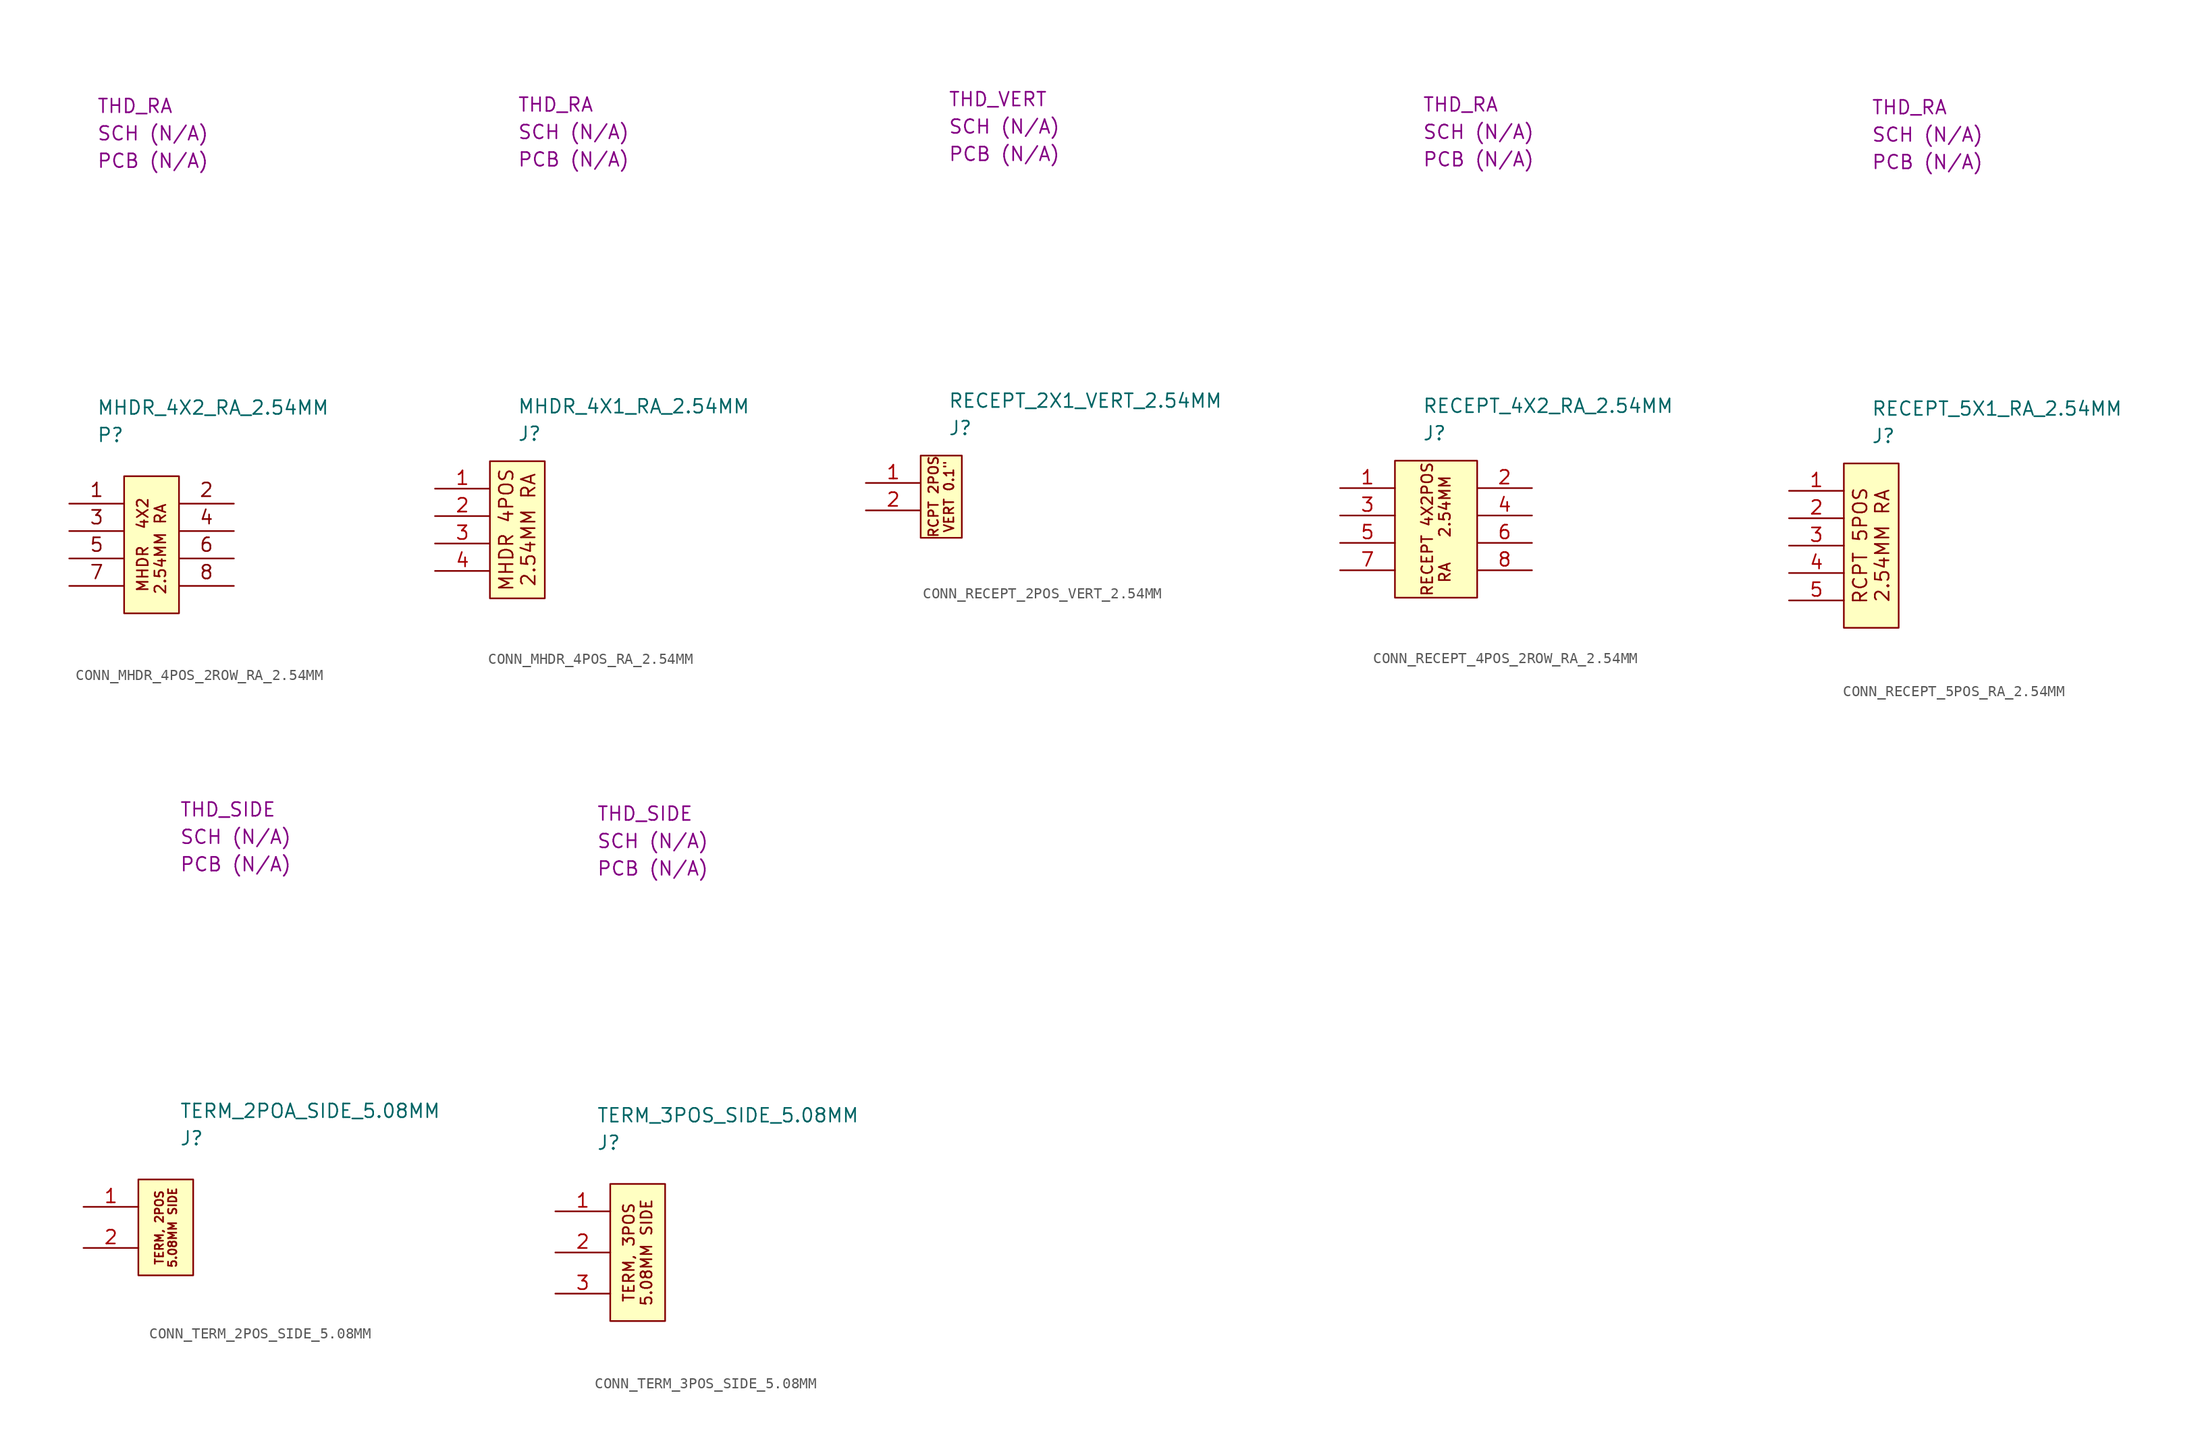
<source format=kicad_sym>
(kicad_symbol_lib
  (version 20220914)
  (generator kicad_symbol_editor)
  (symbol "CONN_MHDR_4POS_2ROW_RA_2.54MM"
    (property "Reference" "P"
      (at 2.54 3.81 0)
      (effects (font (size 1.27 1.27)) (justify left)))
    (property "Value" "MHDR_4X2_RA_2.54MM"
      (at 2.54 6.35 0)
      (effects (font (size 1.27 1.27)) (justify left)))
    (property "SCH CHECK" "SCH (N/A)"
      (at 2.54 31.75 0)
      (effects (font (size 1.27 1.27)) (justify left)))
    (property "Package" "THD_RA"
      (at 2.54 34.29 0)
      (effects (font (size 1.27 1.27)) (justify left)))
    (property "PCB CHECk" "PCB (N/A)"
      (at 2.54 29.21 0)
      (effects (font (size 1.27 1.27)) (justify left)))
    (symbol "CONN_MHDR_4POS_2ROW_RA_2.54MM_0_1"
      (polyline (pts (xy 0 -10.16) (xy 5.08 -10.16)) (stroke (width 0) (type default)) (fill (type none)))
      (polyline (pts (xy 0 -7.62) (xy 5.08 -7.62)) (stroke (width 0) (type default)) (fill (type none)))
      (polyline (pts (xy 0 -5.08) (xy 5.08 -5.08)) (stroke (width 0) (type default)) (fill (type none)))
      (polyline (pts (xy 0 -2.54) (xy 5.08 -2.54)) (stroke (width 0) (type default)) (fill (type none)))
      (polyline (pts (xy 10.16 -10.16) (xy 15.24 -10.16)) (stroke (width 0) (type default)) (fill (type none)))
      (polyline (pts (xy 10.16 -7.62) (xy 15.24 -7.62)) (stroke (width 0) (type default)) (fill (type none)))
      (polyline (pts (xy 10.16 -5.08) (xy 15.24 -5.08)) (stroke (width 0) (type default)) (fill (type none)))
      (polyline (pts (xy 10.16 -2.54) (xy 15.24 -2.54)) (stroke (width 0) (type default)) (fill (type none)))
      (rectangle (start 5.08 0) (end 10.16 -12.7) (stroke (width 0) (type default)) (fill (type background)))
      (text "1" (at 2.54 -1.27 0) (effects (font (size 1.27 1.27))))
      (text "2" (at 12.7 -1.27 0) (effects (font (size 1.27 1.27))))
      (text "3" (at 2.54 -3.81 0) (effects (font (size 1.27 1.27))))
      (text "4" (at 12.7 -3.81 0) (effects (font (size 1.27 1.27))))
      (text "5" (at 2.54 -6.35 0) (effects (font (size 1.27 1.27))))
      (text "6" (at 12.7 -6.35 0) (effects (font (size 1.27 1.27))))
      (text "7" (at 2.54 -8.89 0) (effects (font (size 1.27 1.27))))
      (text "8" (at 12.7 -8.89 0) (effects (font (size 1.27 1.27)))))
    (symbol "CONN_MHDR_4POS_2ROW_RA_2.54MM_1_1"
      (text "MHDR  4X2\n2.54MM RA " (at 7.62 -6.35 900) (effects (font (size 1.016 1.016))))))
  (symbol "CONN_MHDR_4POS_RA_2.54MM"
    (property "Reference" "J"
      (at 2.54 2.54 0)
      (effects (font (size 1.27 1.27)) (justify left)))
    (property "Value" "MHDR_4X1_RA_2.54MM"
      (at 2.54 5.08 0)
      (effects (font (size 1.27 1.27)) (justify left)))
    (property "SCH CHECK" "SCH (N/A)"
      (at 2.54 30.48 0)
      (effects (font (size 1.27 1.27)) (justify left)))
    (property "Package" "THD_RA"
      (at 2.54 33.02 0)
      (effects (font (size 1.27 1.27)) (justify left)))
    (property "PCB CHECk" "PCB (N/A)"
      (at 2.54 27.94 0)
      (effects (font (size 1.27 1.27)) (justify left)))
    (symbol "CONN_MHDR_4POS_RA_2.54MM_0_1"
      (rectangle (start 0 0) (end 5.08 -12.7) (stroke (width 0) (type default)) (fill (type background)))
      (text "MHDR 4POS\n2.54MM RA" (at 2.54 -6.35 900) (effects (font (size 1.27 1.27)))))
    (symbol "CONN_MHDR_4POS_RA_2.54MM_1_1"
      (pin passive line (at -5.08 -2.54 0) (length 5.08) (name "" (effects (font (size 1.27 1.27)))) (number "1" (effects (font (size 1.27 1.27)))))
      (pin passive line (at -5.08 -5.08 0) (length 5.08) (name "" (effects (font (size 1.27 1.27)))) (number "2" (effects (font (size 1.27 1.27)))))
      (pin passive line (at -5.08 -7.62 0) (length 5.08) (name "" (effects (font (size 1.27 1.27)))) (number "3" (effects (font (size 1.27 1.27)))))
      (pin passive line (at -5.08 -10.16 0) (length 5.08) (name "" (effects (font (size 1.27 1.27)))) (number "4" (effects (font (size 1.27 1.27)))))))
  (symbol "CONN_RECEPT_2POS_VERT_2.54MM"
    (property "Reference" "J"
      (at 2.54 2.54 0)
      (effects (font (size 1.27 1.27)) (justify left)))
    (property "Value" "RECEPT_2X1_VERT_2.54MM"
      (at 2.54 5.08 0)
      (effects (font (size 1.27 1.27)) (justify left)))
    (property "SCH CHECK" "SCH (N/A)"
      (at 2.54 30.48 0)
      (effects (font (size 1.27 1.27)) (justify left)))
    (property "Package" "THD_VERT"
      (at 2.54 33.02 0)
      (effects (font (size 1.27 1.27)) (justify left)))
    (property "PCB CHECk" "PCB (N/A)"
      (at 2.54 27.94 0)
      (effects (font (size 1.27 1.27)) (justify left)))
    (symbol "CONN_RECEPT_2POS_VERT_2.54MM_0_1"
      (rectangle (start 0 0) (end 3.81 -7.62) (stroke (width 0) (type default)) (fill (type background))))
    (symbol "CONN_RECEPT_2POS_VERT_2.54MM_1_1"
      (text "RCPT 2POS\nVERT 0.1\"" (at 1.905 -3.81 900) (effects (font (size 0.889 0.889))))
      (pin passive line (at -5.08 -2.54 0) (length 5.08) (name "" (effects (font (size 1.27 1.27)))) (number "1" (effects (font (size 1.27 1.27)))))
      (pin passive line (at -5.08 -5.08 0) (length 5.08) (name "" (effects (font (size 1.27 1.27)))) (number "2" (effects (font (size 1.27 1.27)))))))
  (symbol "CONN_RECEPT_4POS_2ROW_RA_2.54MM"
    (property "Reference" "J"
      (at 2.54 2.54 0)
      (effects (font (size 1.27 1.27)) (justify left)))
    (property "Value" "RECEPT_4X2_RA_2.54MM"
      (at 2.54 5.08 0)
      (effects (font (size 1.27 1.27)) (justify left)))
    (property "SCH CHECK" "SCH (N/A)"
      (at 2.54 30.48 0)
      (effects (font (size 1.27 1.27)) (justify left)))
    (property "Package" "THD_RA"
      (at 2.54 33.02 0)
      (effects (font (size 1.27 1.27)) (justify left)))
    (property "PCB CHECk" "PCB (N/A)"
      (at 2.54 27.94 0)
      (effects (font (size 1.27 1.27)) (justify left)))
    (symbol "CONN_RECEPT_4POS_2ROW_RA_2.54MM_0_1"
      (rectangle (start 0 0) (end 7.62 -12.7) (stroke (width 0) (type default)) (fill (type background)))
      (text "RECEPT 4X2POS\nRA   2.54MM" (at 3.81 -6.35 900) (effects (font (size 1.016 1.016)))))
    (symbol "CONN_RECEPT_4POS_2ROW_RA_2.54MM_1_1"
      (pin passive line (at -5.08 -2.54 0) (length 5.08) (name "" (effects (font (size 1.27 1.27)))) (number "1" (effects (font (size 1.27 1.27)))))
      (pin passive line (at 12.7 -2.54 180) (length 5.08) (name "" (effects (font (size 1.27 1.27)))) (number "2" (effects (font (size 1.27 1.27)))))
      (pin passive line (at -5.08 -5.08 0) (length 5.08) (name "" (effects (font (size 1.27 1.27)))) (number "3" (effects (font (size 1.27 1.27)))))
      (pin passive line (at 12.7 -5.08 180) (length 5.08) (name "" (effects (font (size 1.27 1.27)))) (number "4" (effects (font (size 1.27 1.27)))))
      (pin passive line (at -5.08 -7.62 0) (length 5.08) (name "" (effects (font (size 1.27 1.27)))) (number "5" (effects (font (size 1.27 1.27)))))
      (pin passive line (at 12.7 -7.62 180) (length 5.08) (name "" (effects (font (size 1.27 1.27)))) (number "6" (effects (font (size 1.27 1.27)))))
      (pin passive line (at -5.08 -10.16 0) (length 5.08) (name "" (effects (font (size 1.27 1.27)))) (number "7" (effects (font (size 1.27 1.27)))))
      (pin passive line (at 12.7 -10.16 180) (length 5.08) (name "" (effects (font (size 1.27 1.27)))) (number "8" (effects (font (size 1.27 1.27)))))))
  (symbol "CONN_RECEPT_5POS_RA_2.54MM"
    (property "Reference" "J"
      (at 2.54 2.54 0)
      (effects (font (size 1.27 1.27)) (justify left)))
    (property "Value" "RECEPT_5X1_RA_2.54MM"
      (at 2.54 5.08 0)
      (effects (font (size 1.27 1.27)) (justify left)))
    (property "SCH CHECK" "SCH (N/A)"
      (at 2.54 30.48 0)
      (effects (font (size 1.27 1.27)) (justify left)))
    (property "Package" "THD_RA"
      (at 2.54 33.02 0)
      (effects (font (size 1.27 1.27)) (justify left)))
    (property "PCB CHECk" "PCB (N/A)"
      (at 2.54 27.94 0)
      (effects (font (size 1.27 1.27)) (justify left)))
    (symbol "CONN_RECEPT_5POS_RA_2.54MM_0_1"
      (rectangle (start 0 0) (end 5.08 -15.24) (stroke (width 0) (type default)) (fill (type background)))
      (text "RCPT 5POS\n2.54MM RA" (at 2.54 -7.62 900) (effects (font (size 1.27 1.27)))))
    (symbol "CONN_RECEPT_5POS_RA_2.54MM_1_1"
      (pin passive line (at -5.08 -2.54 0) (length 5.08) (name "" (effects (font (size 1.27 1.27)))) (number "1" (effects (font (size 1.27 1.27)))))
      (pin passive line (at -5.08 -5.08 0) (length 5.08) (name "" (effects (font (size 1.27 1.27)))) (number "2" (effects (font (size 1.27 1.27)))))
      (pin passive line (at -5.08 -7.62 0) (length 5.08) (name "" (effects (font (size 1.27 1.27)))) (number "3" (effects (font (size 1.27 1.27)))))
      (pin passive line (at -5.08 -10.16 0) (length 5.08) (name "" (effects (font (size 1.27 1.27)))) (number "4" (effects (font (size 1.27 1.27)))))
      (pin passive line (at -5.08 -12.7 0) (length 5.08) (name "" (effects (font (size 1.27 1.27)))) (number "5" (effects (font (size 1.27 1.27)))))))
  (symbol "CONN_TERM_2POS_SIDE_5.08MM"
    (property "Reference" "J"
      (at 3.81 3.81 0)
      (effects (font (size 1.27 1.27)) (justify left)))
    (property "Value" "TERM_2POA_SIDE_5.08MM"
      (at 3.81 6.35 0)
      (effects (font (size 1.27 1.27)) (justify left)))
    (property "SCH CHECK" "SCH (N/A)"
      (at 3.81 31.75 0)
      (effects (font (size 1.27 1.27)) (justify left)))
    (property "Package" "THD_SIDE"
      (at 3.81 34.29 0)
      (effects (font (size 1.27 1.27)) (justify left)))
    (property "PCB CHECk" "PCB (N/A)"
      (at 3.81 29.21 0)
      (effects (font (size 1.27 1.27)) (justify left)))
    (symbol "CONN_TERM_2POS_SIDE_5.08MM_0_1"
      (rectangle (start 0 0) (end 5.08 -8.89) (stroke (width 0) (type default)) (fill (type background)))
      (text "TERM, 2POS\n5.08MM SIDE" (at 2.555 -4.46 900) (effects (font (size 0.762 0.762)))))
    (symbol "CONN_TERM_2POS_SIDE_5.08MM_1_1"
      (pin passive line (at -5.08 -2.54 0) (length 5.08) (name "" (effects (font (size 1.27 1.27)))) (number "1" (effects (font (size 1.27 1.27)))))
      (pin passive line (at -5.08 -6.35 0) (length 5.08) (name "" (effects (font (size 1.27 1.27)))) (number "2" (effects (font (size 1.27 1.27)))))))
  (symbol "CONN_TERM_3POS_SIDE_5.08MM"
    (property "Reference" "J"
      (at 3.81 3.81 0)
      (effects (font (size 1.27 1.27)) (justify left)))
    (property "Value" "TERM_3POS_SIDE_5.08MM"
      (at 3.81 6.35 0)
      (effects (font (size 1.27 1.27)) (justify left)))
    (property "SCH CHECK" "SCH (N/A)"
      (at 3.81 31.75 0)
      (effects (font (size 1.27 1.27)) (justify left)))
    (property "Package" "THD_SIDE"
      (at 3.81 34.29 0)
      (effects (font (size 1.27 1.27)) (justify left)))
    (property "PCB CHECk" "PCB (N/A)"
      (at 3.81 29.21 0)
      (effects (font (size 1.27 1.27)) (justify left)))
    (symbol "CONN_TERM_3POS_SIDE_5.08MM_0_1"
      (rectangle (start 5.08 0) (end 10.16 -12.7) (stroke (width 0) (type default)) (fill (type background)))
      (text "TERM, 3POS\n5.08MM SIDE" (at 7.62 -6.35 900) (effects (font (size 1.016 1.016)))))
    (symbol "CONN_TERM_3POS_SIDE_5.08MM_1_1"
      (pin passive line (at 0 -2.54 0) (length 5.08) (name "" (effects (font (size 1.27 1.27)))) (number "1" (effects (font (size 1.27 1.27)))))
      (pin passive line (at 0 -6.35 0) (length 5.08) (name "" (effects (font (size 1.27 1.27)))) (number "2" (effects (font (size 1.27 1.27)))))
      (pin passive line (at 0 -10.16 0) (length 5.08) (name "" (effects (font (size 1.27 1.27)))) (number "3" (effects (font (size 1.27 1.27))))))))
</source>
